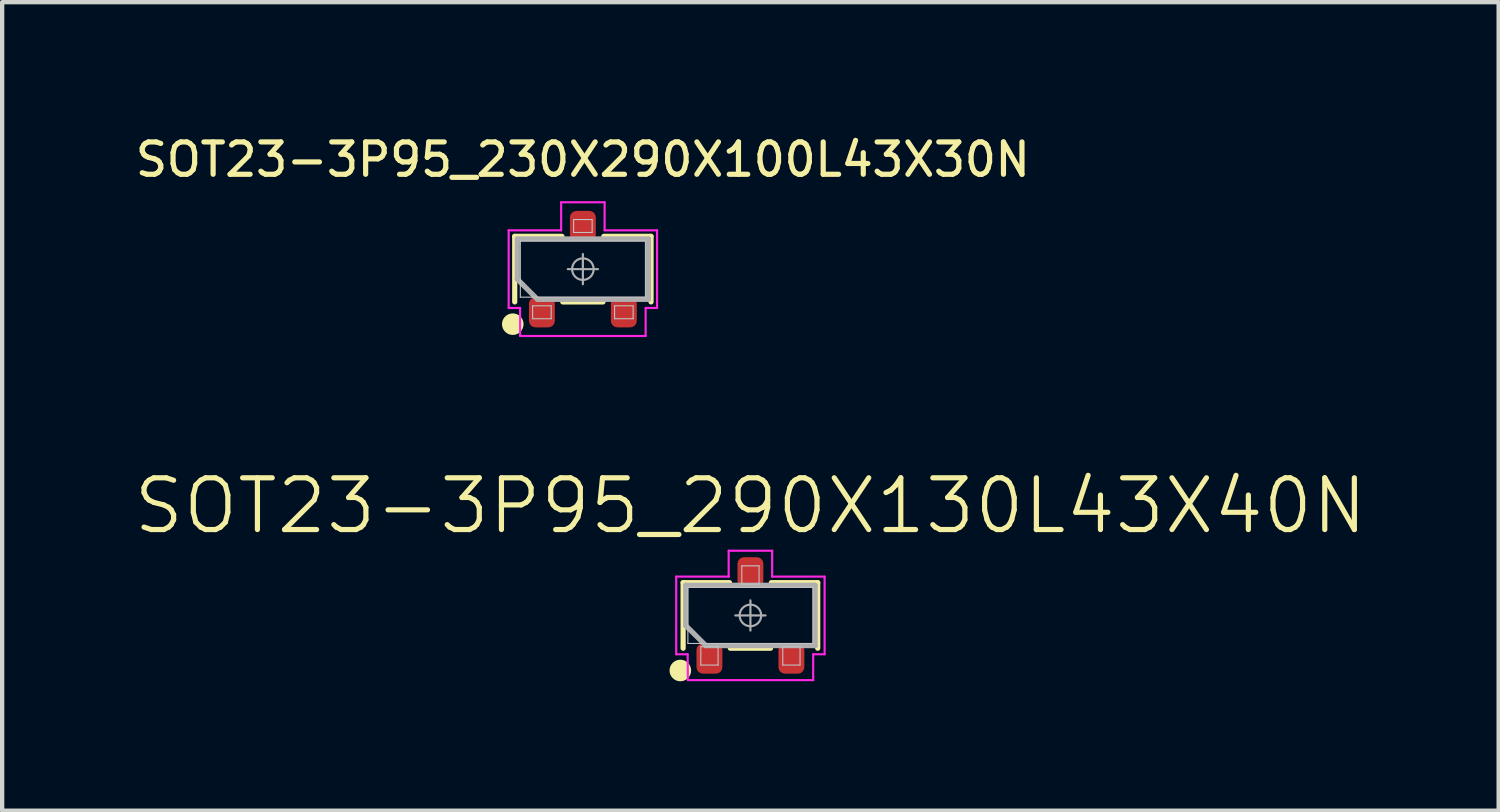
<source format=kicad_pcb>
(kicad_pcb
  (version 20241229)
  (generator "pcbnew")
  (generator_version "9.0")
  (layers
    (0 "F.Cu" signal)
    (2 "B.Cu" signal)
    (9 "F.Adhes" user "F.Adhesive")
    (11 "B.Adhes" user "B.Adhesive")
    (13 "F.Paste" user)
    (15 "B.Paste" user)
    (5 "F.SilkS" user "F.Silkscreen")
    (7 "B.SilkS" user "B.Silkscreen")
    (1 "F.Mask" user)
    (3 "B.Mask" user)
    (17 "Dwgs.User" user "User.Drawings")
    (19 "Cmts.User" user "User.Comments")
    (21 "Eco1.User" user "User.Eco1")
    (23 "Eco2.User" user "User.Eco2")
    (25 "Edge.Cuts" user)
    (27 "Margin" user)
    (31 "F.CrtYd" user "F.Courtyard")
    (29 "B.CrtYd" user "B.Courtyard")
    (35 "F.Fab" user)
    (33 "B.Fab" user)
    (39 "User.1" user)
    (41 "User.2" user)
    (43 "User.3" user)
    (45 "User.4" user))
  (footprint "SOT23-3P95_290X130L43X40N"
    (layer "F.Cu")
    (at 14.346 11.217)
    (property "Reference" "SOT23-3P95_290X130L43X40N" (at 0 -2.54 0) (layer "F.SilkS") (effects (font (size 1.2 1.2) (thickness 0.12))))
    (attr smd)
    (fp_line (start -1.56 -0.76) (end -0.485 -0.76) (stroke (width 0.12) (type solid)) (layer "F.SilkS"))
    (fp_line (start -1.56 0.76) (end -1.56 -0.76) (stroke (width 0.12) (type solid)) (layer "F.SilkS"))
    (fp_line (start 0.466 0.76) (end -0.466 0.76) (stroke (width 0.12) (type solid)) (layer "F.SilkS"))
    (fp_line (start 0.485 -0.76) (end 1.56 -0.76) (stroke (width 0.12) (type solid)) (layer "F.SilkS"))
    (fp_line (start 1.56 -0.76) (end 1.56 0.76) (stroke (width 0.12) (type solid)) (layer "F.SilkS"))
    (fp_circle (center -1.625 1.276) (end -1.625 1.401) (stroke (width 0.25) (type solid)) (fill no) (layer "F.SilkS"))
    (fp_line (start -1.45 -0.65) (end 1.45 -0.65) (stroke (width 0.025) (type solid)) (layer "Dwgs.User"))
    (fp_line (start -1.45 0.65) (end -1.45 -0.65) (stroke (width 0.025) (type solid)) (layer "Dwgs.User"))
    (fp_line (start -1.15 0.725) (end -0.75 0.725) (stroke (width 0.025) (type solid)) (layer "Dwgs.User"))
    (fp_line (start -1.15 1.15) (end -1.15 0.725) (stroke (width 0.025) (type solid)) (layer "Dwgs.User"))
    (fp_line (start -0.75 0.725) (end -0.75 1.15) (stroke (width 0.025) (type solid)) (layer "Dwgs.User"))
    (fp_line (start -0.75 1.15) (end -1.15 1.15) (stroke (width 0.025) (type solid)) (layer "Dwgs.User"))
    (fp_line (start -0.2 -1.15) (end 0.2 -1.15) (stroke (width 0.025) (type solid)) (layer "Dwgs.User"))
    (fp_line (start -0.2 -0.725) (end -0.2 -1.15) (stroke (width 0.025) (type solid)) (layer "Dwgs.User"))
    (fp_line (start 0.2 -1.15) (end 0.2 -0.725) (stroke (width 0.025) (type solid)) (layer "Dwgs.User"))
    (fp_line (start 0.2 -0.725) (end -0.2 -0.725) (stroke (width 0.025) (type solid)) (layer "Dwgs.User"))
    (fp_line (start 0.75 0.725) (end 1.15 0.725) (stroke (width 0.025) (type solid)) (layer "Dwgs.User"))
    (fp_line (start 0.75 1.15) (end 0.75 0.725) (stroke (width 0.025) (type solid)) (layer "Dwgs.User"))
    (fp_line (start 1.15 0.725) (end 1.15 1.15) (stroke (width 0.025) (type solid)) (layer "Dwgs.User"))
    (fp_line (start 1.15 1.15) (end 0.75 1.15) (stroke (width 0.025) (type solid)) (layer "Dwgs.User"))
    (fp_line (start 1.45 -0.65) (end 1.45 0.65) (stroke (width 0.025) (type solid)) (layer "Dwgs.User"))
    (fp_line (start 1.45 0.65) (end -1.45 0.65) (stroke (width 0.025) (type solid)) (layer "Dwgs.User"))
    (fp_line (start -1.72 -0.9) (end -1.72 0.9) (stroke (width 0.05) (type solid)) (layer "F.CrtYd"))
    (fp_line (start -1.72 0.9) (end -1.455 0.9) (stroke (width 0.05) (type solid)) (layer "F.CrtYd"))
    (fp_line (start -1.455 0.9) (end -1.45 1.5) (stroke (width 0.05) (type solid)) (layer "F.CrtYd"))
    (fp_line (start -1.45 1.5) (end 1.455 1.5) (stroke (width 0.05) (type solid)) (layer "F.CrtYd"))
    (fp_line (start -0.504 -1.5) (end -0.504 -0.9) (stroke (width 0.05) (type solid)) (layer "F.CrtYd"))
    (fp_line (start -0.504 -0.9) (end -1.72 -0.9) (stroke (width 0.05) (type solid)) (layer "F.CrtYd"))
    (fp_line (start 0.504 -1.5) (end -0.504 -1.5) (stroke (width 0.05) (type solid)) (layer "F.CrtYd"))
    (fp_line (start 0.504 -0.9) (end 0.504 -1.5) (stroke (width 0.05) (type solid)) (layer "F.CrtYd"))
    (fp_line (start 1.455 0.9) (end 1.72 0.9) (stroke (width 0.05) (type solid)) (layer "F.CrtYd"))
    (fp_line (start 1.455 1.5) (end 1.455 0.9) (stroke (width 0.05) (type solid)) (layer "F.CrtYd"))
    (fp_line (start 1.72 -0.9) (end 0.504 -0.9) (stroke (width 0.05) (type solid)) (layer "F.CrtYd"))
    (fp_line (start 1.72 0.9) (end 1.72 -0.9) (stroke (width 0.05) (type solid)) (layer "F.CrtYd"))
    (fp_line (start -1.5 -0.7) (end 1.5 -0.7) (stroke (width 0.12) (type solid)) (layer "F.Fab"))
    (fp_line (start -1.5 0.233) (end -1.5 -0.7) (stroke (width 0.12) (type solid)) (layer "F.Fab"))
    (fp_line (start -1.033 0.7) (end -1.5 0.233) (stroke (width 0.12) (type solid)) (layer "F.Fab"))
    (fp_line (start -0.35 0) (end 0.35 0) (stroke (width 0.05) (type solid)) (layer "F.Fab"))
    (fp_line (start 0 -0.35) (end 0 0.35) (stroke (width 0.05) (type solid)) (layer "F.Fab"))
    (fp_line (start 1.5 -0.7) (end 1.5 0.7) (stroke (width 0.12) (type solid)) (layer "F.Fab"))
    (fp_line (start 1.5 0.7) (end -1.033 0.7) (stroke (width 0.12) (type solid)) (layer "F.Fab"))
    (fp_circle (center 0 0) (end 0.25 0) (stroke (width 0.05) (type solid)) (fill no) (layer "F.Fab"))
    (pad "1" smd roundrect (at -0.95 1 90) (size 0.7 0.6) (layers "F.Cu" "F.Mask" "F.Paste") (roundrect_rratio 0.25))
    (pad "2" smd roundrect (at 0.95 1 90) (size 0.7 0.6) (layers "F.Cu" "F.Mask" "F.Paste") (roundrect_rratio 0.25))
    (pad "3" smd roundrect (at 0 -1 90) (size 0.7 0.6) (layers "F.Cu" "F.Mask" "F.Paste") (roundrect_rratio 0.25)))
  (footprint "SOT23-3P95_230X290X100L43X30N"
    (layer "F.Cu")
    (at 10.462 3.189)
    (property "Reference" "SOT23-3P95_230X290X100L43X30N" (at 0 -2.54 0) (layer "F.SilkS") (effects (font (size 0.75 0.75) (thickness 0.12))))
    (attr smd)
    (fp_line (start -1.58 -0.76) (end -0.485 -0.76) (stroke (width 0.12) (type solid)) (layer "F.SilkS"))
    (fp_line (start -1.58 0.76) (end -1.58 -0.76) (stroke (width 0.12) (type solid)) (layer "F.SilkS"))
    (fp_line (start 0.466 0.76) (end -0.466 0.76) (stroke (width 0.12) (type solid)) (layer "F.SilkS"))
    (fp_line (start 0.485 -0.76) (end 1.58 -0.76) (stroke (width 0.12) (type solid)) (layer "F.SilkS"))
    (fp_line (start 1.58 -0.76) (end 1.58 0.76) (stroke (width 0.12) (type solid)) (layer "F.SilkS"))
    (fp_circle (center -1.625 1.276) (end -1.625 1.401) (stroke (width 0.25) (type solid)) (fill no) (layer "F.SilkS"))
    (fp_line (start -1.45 -0.65) (end 1.45 -0.65) (stroke (width 0.025) (type solid)) (layer "Dwgs.User"))
    (fp_line (start -1.45 0.65) (end -1.45 -0.65) (stroke (width 0.025) (type solid)) (layer "Dwgs.User"))
    (fp_line (start -1.165 0.85) (end -0.735 0.85) (stroke (width 0.025) (type solid)) (layer "Dwgs.User"))
    (fp_line (start -1.165 1.15) (end -1.165 0.85) (stroke (width 0.025) (type solid)) (layer "Dwgs.User"))
    (fp_line (start -0.735 0.85) (end -0.735 1.15) (stroke (width 0.025) (type solid)) (layer "Dwgs.User"))
    (fp_line (start -0.735 1.15) (end -1.165 1.15) (stroke (width 0.025) (type solid)) (layer "Dwgs.User"))
    (fp_line (start -0.215 -1.15) (end 0.215 -1.15) (stroke (width 0.025) (type solid)) (layer "Dwgs.User"))
    (fp_line (start -0.215 -0.85) (end -0.215 -1.15) (stroke (width 0.025) (type solid)) (layer "Dwgs.User"))
    (fp_line (start 0.215 -1.15) (end 0.215 -0.85) (stroke (width 0.025) (type solid)) (layer "Dwgs.User"))
    (fp_line (start 0.215 -0.85) (end -0.215 -0.85) (stroke (width 0.025) (type solid)) (layer "Dwgs.User"))
    (fp_line (start 0.735 0.85) (end 1.165 0.85) (stroke (width 0.025) (type solid)) (layer "Dwgs.User"))
    (fp_line (start 0.735 1.15) (end 0.735 0.85) (stroke (width 0.025) (type solid)) (layer "Dwgs.User"))
    (fp_line (start 1.165 0.85) (end 1.165 1.15) (stroke (width 0.025) (type solid)) (layer "Dwgs.User"))
    (fp_line (start 1.165 1.15) (end 0.735 1.15) (stroke (width 0.025) (type solid)) (layer "Dwgs.User"))
    (fp_line (start 1.45 -0.65) (end 1.45 0.65) (stroke (width 0.025) (type solid)) (layer "Dwgs.User"))
    (fp_line (start 1.45 0.65) (end -1.45 0.65) (stroke (width 0.025) (type solid)) (layer "Dwgs.User"))
    (fp_line (start -1.72 -0.9) (end -1.72 0.9) (stroke (width 0.05) (type solid)) (layer "F.CrtYd"))
    (fp_line (start -1.72 0.9) (end -1.455 0.9) (stroke (width 0.05) (type solid)) (layer "F.CrtYd"))
    (fp_line (start -1.455 0.9) (end -1.455 1.55) (stroke (width 0.05) (type solid)) (layer "F.CrtYd"))
    (fp_line (start -1.455 1.55) (end 1.455 1.55) (stroke (width 0.05) (type solid)) (layer "F.CrtYd"))
    (fp_line (start -0.504 -1.55) (end -0.504 -0.9) (stroke (width 0.05) (type solid)) (layer "F.CrtYd"))
    (fp_line (start -0.504 -0.9) (end -1.72 -0.9) (stroke (width 0.05) (type solid)) (layer "F.CrtYd"))
    (fp_line (start 0.504 -1.55) (end -0.504 -1.55) (stroke (width 0.05) (type solid)) (layer "F.CrtYd"))
    (fp_line (start 0.504 -0.9) (end 0.504 -1.55) (stroke (width 0.05) (type solid)) (layer "F.CrtYd"))
    (fp_line (start 1.455 0.9) (end 1.72 0.9) (stroke (width 0.05) (type solid)) (layer "F.CrtYd"))
    (fp_line (start 1.455 1.55) (end 1.455 0.9) (stroke (width 0.05) (type solid)) (layer "F.CrtYd"))
    (fp_line (start 1.72 -0.9) (end 0.504 -0.9) (stroke (width 0.05) (type solid)) (layer "F.CrtYd"))
    (fp_line (start 1.72 0.9) (end 1.72 -0.9) (stroke (width 0.05) (type solid)) (layer "F.CrtYd"))
    (fp_line (start -1.52 -0.7) (end 1.52 -0.7) (stroke (width 0.12) (type solid)) (layer "F.Fab"))
    (fp_line (start -1.52 0.233) (end -1.52 -0.7) (stroke (width 0.12) (type solid)) (layer "F.Fab"))
    (fp_line (start -1.053 0.7) (end -1.52 0.233) (stroke (width 0.12) (type solid)) (layer "F.Fab"))
    (fp_line (start -0.35 0) (end 0.35 0) (stroke (width 0.05) (type solid)) (layer "F.Fab"))
    (fp_line (start 0 -0.35) (end 0 0.35) (stroke (width 0.05) (type solid)) (layer "F.Fab"))
    (fp_line (start 1.52 -0.7) (end 1.52 0.7) (stroke (width 0.12) (type solid)) (layer "F.Fab"))
    (fp_line (start 1.52 0.7) (end -1.053 0.7) (stroke (width 0.12) (type solid)) (layer "F.Fab"))
    (fp_circle (center 0 0) (end 0.25 0) (stroke (width 0.05) (type solid)) (fill no) (layer "F.Fab"))
    (pad "1" smd roundrect (at -0.95 1 90) (size 0.7 0.6) (layers "F.Cu" "F.Mask" "F.Paste") (roundrect_rratio 0.25))
    (pad "2" smd roundrect (at 0.95 1 90) (size 0.7 0.6) (layers "F.Cu" "F.Mask" "F.Paste") (roundrect_rratio 0.25))
    (pad "3" smd roundrect (at 0 -1 90) (size 0.7 0.6) (layers "F.Cu" "F.Mask" "F.Paste") (roundrect_rratio 0.25)))
  (gr_rect
    (start -3 -3)
    (end 31.691 15.743)
    (stroke (width 0.1) (type default))
    (fill no)
    (layer "Edge.Cuts")))
</source>
